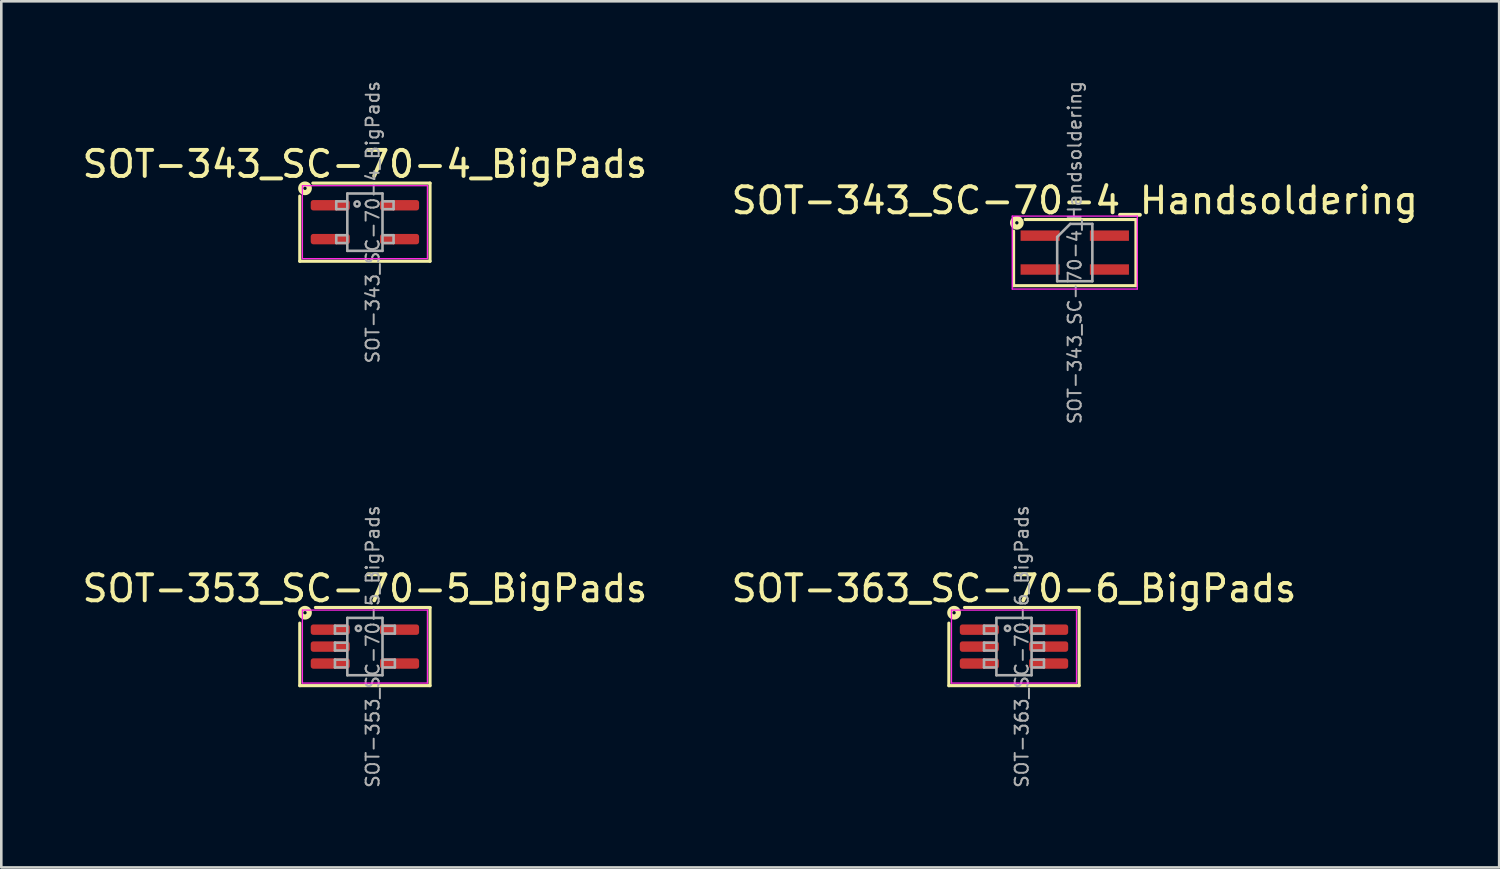
<source format=kicad_pcb>
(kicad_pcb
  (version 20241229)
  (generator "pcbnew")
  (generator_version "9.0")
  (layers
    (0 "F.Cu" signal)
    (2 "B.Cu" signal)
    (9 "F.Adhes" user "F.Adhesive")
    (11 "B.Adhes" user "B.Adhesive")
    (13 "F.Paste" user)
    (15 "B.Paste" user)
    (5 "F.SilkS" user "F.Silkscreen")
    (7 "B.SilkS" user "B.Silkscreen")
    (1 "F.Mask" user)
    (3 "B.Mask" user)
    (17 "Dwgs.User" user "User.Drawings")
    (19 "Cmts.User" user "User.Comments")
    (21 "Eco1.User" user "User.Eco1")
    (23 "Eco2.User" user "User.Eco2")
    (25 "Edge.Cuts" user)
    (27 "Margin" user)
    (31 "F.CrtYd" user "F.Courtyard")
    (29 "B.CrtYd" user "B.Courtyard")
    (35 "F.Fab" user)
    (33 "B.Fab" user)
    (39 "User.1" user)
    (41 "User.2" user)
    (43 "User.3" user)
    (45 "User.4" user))
  (footprint "SOT-343_SC-70-4_Handsoldering"
    (layer "F.Cu")
    (at 38.208 6.646)
    (property "Reference" "SOT-343_SC-70-4_Handsoldering" (at 0 -2 0) (layer "F.SilkS") (effects (font (size 1 1) (thickness 0.15))))
    (attr smd)
    (fp_line (start -2.349 -0.826) (end -2.349 1.27) (stroke (width 0.12) (type solid)) (layer "F.SilkS"))
    (fp_line (start -2.349 1.27) (end 2.349 1.27) (stroke (width 0.12) (type solid)) (layer "F.SilkS"))
    (fp_line (start 2.349 -1.27) (end -1.905 -1.27) (stroke (width 0.12) (type solid)) (layer "F.SilkS"))
    (fp_line (start 2.349 1.27) (end 2.349 -1.27) (stroke (width 0.12) (type solid)) (layer "F.SilkS"))
    (fp_circle (center -2.223 -1.143) (end -2.159 -1.143) (stroke (width 0.2) (type solid)) (fill no) (layer "F.SilkS"))
    (fp_line (start -2.4 -1.4) (end -2.4 1.4) (stroke (width 0.05) (type solid)) (layer "F.CrtYd"))
    (fp_line (start -2.4 -1.4) (end 2.4 -1.4) (stroke (width 0.05) (type solid)) (layer "F.CrtYd"))
    (fp_line (start -2.4 1.4) (end 2.4 1.4) (stroke (width 0.05) (type solid)) (layer "F.CrtYd"))
    (fp_line (start 2.4 1.4) (end 2.4 -1.4) (stroke (width 0.05) (type solid)) (layer "F.CrtYd"))
    (fp_line (start -0.675 -0.6) (end -0.675 1.1) (stroke (width 0.1) (type solid)) (layer "F.Fab"))
    (fp_line (start -0.175 -1.1) (end -0.675 -0.6) (stroke (width 0.1) (type solid)) (layer "F.Fab"))
    (fp_line (start 0.675 -1.1) (end -0.175 -1.1) (stroke (width 0.1) (type solid)) (layer "F.Fab"))
    (fp_line (start 0.675 -1.1) (end 0.675 1.1) (stroke (width 0.1) (type solid)) (layer "F.Fab"))
    (fp_line (start 0.675 1.1) (end -0.675 1.1) (stroke (width 0.1) (type solid)) (layer "F.Fab"))
    (fp_text user "${REFERENCE}" (at 0 0 90) (layer "F.Fab") (effects (font (size 0.5 0.5) (thickness 0.075))))
    (pad "1" smd rect (at -1.33 -0.65) (size 1.5 0.4) (layers "F.Cu" "F.Mask" "F.Paste"))
    (pad "2" smd rect (at -1.33 0.65) (size 1.5 0.4) (layers "F.Cu" "F.Mask" "F.Paste"))
    (pad "3" smd rect (at 1.33 0.65) (size 1.5 0.4) (layers "F.Cu" "F.Mask" "F.Paste"))
    (pad "4" smd rect (at 1.33 -0.65) (size 1.5 0.4) (layers "F.Cu" "F.Mask" "F.Paste")))
  (footprint "SOT-353_SC-70-5_BigPads"
    (layer "F.Cu")
    (at 10.958 21.771)
    (property "Reference" "SOT-353_SC-70-5_BigPads" (at 0 -2.23 0) (layer "F.SilkS") (effects (font (size 1 1) (thickness 0.15))))
    (attr smd)
    (fp_line (start -2.5 -0.9) (end -2.5 1.5) (stroke (width 0.12) (type solid)) (layer "F.SilkS"))
    (fp_line (start -2.5 1.5) (end 2.5 1.5) (stroke (width 0.12) (type solid)) (layer "F.SilkS"))
    (fp_line (start 2.5 -1.5) (end -1.9 -1.5) (stroke (width 0.12) (type solid)) (layer "F.SilkS"))
    (fp_line (start 2.5 1.5) (end 2.5 -1.5) (stroke (width 0.12) (type solid)) (layer "F.SilkS"))
    (fp_circle (center -2.3 -1.3) (end -2.236 -1.3) (stroke (width 0.2) (type solid)) (fill no) (layer "F.SilkS"))
    (fp_line (start -2.4 -1.4) (end -2.4 1.4) (stroke (width 0.05) (type solid)) (layer "F.CrtYd"))
    (fp_line (start -2.4 -1.4) (end 2.4 -1.4) (stroke (width 0.05) (type solid)) (layer "F.CrtYd"))
    (fp_line (start -2.4 1.4) (end 2.4 1.4) (stroke (width 0.05) (type solid)) (layer "F.CrtYd"))
    (fp_line (start 2.4 1.4) (end 2.4 -1.4) (stroke (width 0.05) (type solid)) (layer "F.CrtYd"))
    (fp_line (start -1.15 -0.8) (end -1.15 -0.5) (stroke (width 0.1) (type solid)) (layer "F.Fab"))
    (fp_line (start -1.15 -0.8) (end -0.7 -0.8) (stroke (width 0.1) (type solid)) (layer "F.Fab"))
    (fp_line (start -1.15 -0.5) (end -0.7 -0.5) (stroke (width 0.1) (type solid)) (layer "F.Fab"))
    (fp_line (start -1.15 -0.15) (end -1.15 0.15) (stroke (width 0.1) (type solid)) (layer "F.Fab"))
    (fp_line (start -1.15 -0.15) (end -0.7 -0.15) (stroke (width 0.1) (type solid)) (layer "F.Fab"))
    (fp_line (start -1.15 0.15) (end -0.7 0.15) (stroke (width 0.1) (type solid)) (layer "F.Fab"))
    (fp_line (start -1.15 0.5) (end -1.15 0.8) (stroke (width 0.1) (type solid)) (layer "F.Fab"))
    (fp_line (start -1.15 0.5) (end -0.7 0.5) (stroke (width 0.1) (type solid)) (layer "F.Fab"))
    (fp_line (start -1.15 0.8) (end -0.7 0.8) (stroke (width 0.1) (type solid)) (layer "F.Fab"))
    (fp_line (start -0.675 -1.1) (end -0.675 1.1) (stroke (width 0.1) (type solid)) (layer "F.Fab"))
    (fp_line (start 0.675 -1.1) (end -0.675 -1.1) (stroke (width 0.1) (type solid)) (layer "F.Fab"))
    (fp_line (start 0.675 -1.1) (end 0.675 1.1) (stroke (width 0.1) (type solid)) (layer "F.Fab"))
    (fp_line (start 0.675 1.1) (end -0.675 1.1) (stroke (width 0.1) (type solid)) (layer "F.Fab"))
    (fp_line (start 1.15 -0.8) (end 0.7 -0.8) (stroke (width 0.1) (type solid)) (layer "F.Fab"))
    (fp_line (start 1.15 -0.5) (end 0.7 -0.5) (stroke (width 0.1) (type solid)) (layer "F.Fab"))
    (fp_line (start 1.15 -0.5) (end 1.15 -0.8) (stroke (width 0.1) (type solid)) (layer "F.Fab"))
    (fp_line (start 1.15 0.5) (end 0.7 0.5) (stroke (width 0.1) (type solid)) (layer "F.Fab"))
    (fp_line (start 1.15 0.8) (end 0.7 0.8) (stroke (width 0.1) (type solid)) (layer "F.Fab"))
    (fp_line (start 1.15 0.8) (end 1.15 0.5) (stroke (width 0.1) (type solid)) (layer "F.Fab"))
    (fp_circle (center -0.25 -0.7) (end -0.15 -0.7) (stroke (width 0.1) (type solid)) (fill no) (layer "F.Fab"))
    (fp_text user "${REFERENCE}" (at 0.3 0 90) (layer "F.Fab") (effects (font (size 0.5 0.5) (thickness 0.075))))
    (pad "1" smd roundrect (at -1.33 -0.65) (size 1.5 0.4) (layers "F.Cu" "F.Mask" "F.Paste") (roundrect_rratio 0.25))
    (pad "2" smd roundrect (at -1.33 0) (size 1.5 0.4) (layers "F.Cu" "F.Mask" "F.Paste") (roundrect_rratio 0.25))
    (pad "3" smd roundrect (at -1.33 0.65) (size 1.5 0.4) (layers "F.Cu" "F.Mask" "F.Paste") (roundrect_rratio 0.25))
    (pad "4" smd roundrect (at 1.33 0.65) (size 1.5 0.4) (layers "F.Cu" "F.Mask" "F.Paste") (roundrect_rratio 0.25))
    (pad "5" smd roundrect (at 1.33 -0.65) (size 1.5 0.4) (layers "F.Cu" "F.Mask" "F.Paste") (roundrect_rratio 0.25)))
  (footprint "SOT-343_SC-70-4_BigPads"
    (layer "F.Cu")
    (at 10.958 5.479)
    (property "Reference" "SOT-343_SC-70-4_BigPads" (at 0 -2.23 0) (layer "F.SilkS") (effects (font (size 1 1) (thickness 0.15))))
    (attr smd)
    (fp_line (start -2.5 -1) (end -2.5 1.5) (stroke (width 0.12) (type solid)) (layer "F.SilkS"))
    (fp_line (start -2.5 1.5) (end 2.5 1.5) (stroke (width 0.12) (type solid)) (layer "F.SilkS"))
    (fp_line (start 2.5 -1.5) (end -2 -1.5) (stroke (width 0.12) (type solid)) (layer "F.SilkS"))
    (fp_line (start 2.5 1.5) (end 2.5 -1.5) (stroke (width 0.12) (type solid)) (layer "F.SilkS"))
    (fp_circle (center -2.3 -1.3) (end -2.236 -1.3) (stroke (width 0.2) (type solid)) (fill no) (layer "F.SilkS"))
    (fp_line (start -2.4 -1.4) (end -2.4 1.4) (stroke (width 0.05) (type solid)) (layer "F.CrtYd"))
    (fp_line (start -2.4 -1.4) (end 2.4 -1.4) (stroke (width 0.05) (type solid)) (layer "F.CrtYd"))
    (fp_line (start -2.4 1.4) (end 2.4 1.4) (stroke (width 0.05) (type solid)) (layer "F.CrtYd"))
    (fp_line (start 2.4 1.4) (end 2.4 -1.4) (stroke (width 0.05) (type solid)) (layer "F.CrtYd"))
    (fp_line (start -1.1 -0.8) (end -1.1 -0.5) (stroke (width 0.1) (type solid)) (layer "F.Fab"))
    (fp_line (start -1.1 -0.5) (end -0.7 -0.5) (stroke (width 0.1) (type solid)) (layer "F.Fab"))
    (fp_line (start -1.1 0.5) (end -1.1 0.8) (stroke (width 0.1) (type solid)) (layer "F.Fab"))
    (fp_line (start -1.1 0.8) (end -0.7 0.8) (stroke (width 0.1) (type solid)) (layer "F.Fab"))
    (fp_line (start -0.7 -0.8) (end -1.1 -0.8) (stroke (width 0.1) (type solid)) (layer "F.Fab"))
    (fp_line (start -0.7 0.5) (end -1.1 0.5) (stroke (width 0.1) (type solid)) (layer "F.Fab"))
    (fp_line (start -0.675 -1.1) (end -0.675 1.1) (stroke (width 0.1) (type solid)) (layer "F.Fab"))
    (fp_line (start 0.675 -1.1) (end -0.675 -1.1) (stroke (width 0.1) (type solid)) (layer "F.Fab"))
    (fp_line (start 0.675 -1.1) (end 0.675 1.1) (stroke (width 0.1) (type solid)) (layer "F.Fab"))
    (fp_line (start 0.675 1.1) (end -0.675 1.1) (stroke (width 0.1) (type solid)) (layer "F.Fab"))
    (fp_line (start 0.7 -0.5) (end 1.1 -0.5) (stroke (width 0.1) (type solid)) (layer "F.Fab"))
    (fp_line (start 0.7 0.8) (end 1.1 0.8) (stroke (width 0.1) (type solid)) (layer "F.Fab"))
    (fp_line (start 1.1 -0.8) (end 0.7 -0.8) (stroke (width 0.1) (type solid)) (layer "F.Fab"))
    (fp_line (start 1.1 -0.5) (end 1.1 -0.8) (stroke (width 0.1) (type solid)) (layer "F.Fab"))
    (fp_line (start 1.1 0.5) (end 0.7 0.5) (stroke (width 0.1) (type solid)) (layer "F.Fab"))
    (fp_line (start 1.1 0.8) (end 1.1 0.5) (stroke (width 0.1) (type solid)) (layer "F.Fab"))
    (fp_circle (center -0.3 -0.7) (end -0.2 -0.7) (stroke (width 0.1) (type solid)) (fill no) (layer "F.Fab"))
    (fp_text user "${REFERENCE}" (at 0.3 0 90) (layer "F.Fab") (effects (font (size 0.5 0.5) (thickness 0.075))))
    (pad "1" smd roundrect (at -1.33 -0.65) (size 1.5 0.4) (layers "F.Cu" "F.Mask" "F.Paste") (roundrect_rratio 0.25))
    (pad "2" smd roundrect (at -1.33 0.65) (size 1.5 0.4) (layers "F.Cu" "F.Mask" "F.Paste") (roundrect_rratio 0.25))
    (pad "3" smd roundrect (at 1.33 0.65) (size 1.5 0.4) (layers "F.Cu" "F.Mask" "F.Paste") (roundrect_rratio 0.25))
    (pad "4" smd roundrect (at 1.33 -0.65) (size 1.5 0.4) (layers "F.Cu" "F.Mask" "F.Paste") (roundrect_rratio 0.25)))
  (footprint "SOT-363_SC-70-6_BigPads"
    (layer "F.Cu")
    (at 35.875 21.771)
    (property "Reference" "SOT-363_SC-70-6_BigPads" (at 0 -2.23 0) (layer "F.SilkS") (effects (font (size 1 1) (thickness 0.15))))
    (attr smd)
    (fp_line (start -2.5 -0.9) (end -2.5 1.5) (stroke (width 0.12) (type solid)) (layer "F.SilkS"))
    (fp_line (start -2.5 1.5) (end 2.5 1.5) (stroke (width 0.12) (type solid)) (layer "F.SilkS"))
    (fp_line (start 2.5 -1.5) (end -1.9 -1.5) (stroke (width 0.12) (type solid)) (layer "F.SilkS"))
    (fp_line (start 2.5 1.5) (end 2.5 -1.5) (stroke (width 0.12) (type solid)) (layer "F.SilkS"))
    (fp_circle (center -2.3 -1.3) (end -2.236 -1.3) (stroke (width 0.2) (type solid)) (fill no) (layer "F.SilkS"))
    (fp_line (start -2.4 -1.4) (end -2.4 1.4) (stroke (width 0.05) (type solid)) (layer "F.CrtYd"))
    (fp_line (start -2.4 -1.4) (end 2.4 -1.4) (stroke (width 0.05) (type solid)) (layer "F.CrtYd"))
    (fp_line (start -2.4 1.4) (end 2.4 1.4) (stroke (width 0.05) (type solid)) (layer "F.CrtYd"))
    (fp_line (start 2.4 1.4) (end 2.4 -1.4) (stroke (width 0.05) (type solid)) (layer "F.CrtYd"))
    (fp_line (start -1.15 -0.8) (end -1.15 -0.5) (stroke (width 0.1) (type solid)) (layer "F.Fab"))
    (fp_line (start -1.15 -0.8) (end -0.7 -0.8) (stroke (width 0.1) (type solid)) (layer "F.Fab"))
    (fp_line (start -1.15 -0.5) (end -0.7 -0.5) (stroke (width 0.1) (type solid)) (layer "F.Fab"))
    (fp_line (start -1.15 -0.15) (end -1.15 0.15) (stroke (width 0.1) (type solid)) (layer "F.Fab"))
    (fp_line (start -1.15 -0.15) (end -0.7 -0.15) (stroke (width 0.1) (type solid)) (layer "F.Fab"))
    (fp_line (start -1.15 0.15) (end -0.7 0.15) (stroke (width 0.1) (type solid)) (layer "F.Fab"))
    (fp_line (start -1.15 0.5) (end -1.15 0.8) (stroke (width 0.1) (type solid)) (layer "F.Fab"))
    (fp_line (start -1.15 0.5) (end -0.7 0.5) (stroke (width 0.1) (type solid)) (layer "F.Fab"))
    (fp_line (start -1.15 0.8) (end -0.7 0.8) (stroke (width 0.1) (type solid)) (layer "F.Fab"))
    (fp_line (start -0.675 -1.1) (end -0.675 1.1) (stroke (width 0.1) (type solid)) (layer "F.Fab"))
    (fp_line (start 0.675 -1.1) (end -0.675 -1.1) (stroke (width 0.1) (type solid)) (layer "F.Fab"))
    (fp_line (start 0.675 -1.1) (end 0.675 1.1) (stroke (width 0.1) (type solid)) (layer "F.Fab"))
    (fp_line (start 0.675 1.1) (end -0.675 1.1) (stroke (width 0.1) (type solid)) (layer "F.Fab"))
    (fp_line (start 1.15 -0.8) (end 0.7 -0.8) (stroke (width 0.1) (type solid)) (layer "F.Fab"))
    (fp_line (start 1.15 -0.5) (end 0.7 -0.5) (stroke (width 0.1) (type solid)) (layer "F.Fab"))
    (fp_line (start 1.15 -0.5) (end 1.15 -0.8) (stroke (width 0.1) (type solid)) (layer "F.Fab"))
    (fp_line (start 1.15 -0.15) (end 0.7 -0.15) (stroke (width 0.1) (type solid)) (layer "F.Fab"))
    (fp_line (start 1.15 0.15) (end 0.7 0.15) (stroke (width 0.1) (type solid)) (layer "F.Fab"))
    (fp_line (start 1.15 0.15) (end 1.15 -0.15) (stroke (width 0.1) (type solid)) (layer "F.Fab"))
    (fp_line (start 1.15 0.5) (end 0.7 0.5) (stroke (width 0.1) (type solid)) (layer "F.Fab"))
    (fp_line (start 1.15 0.8) (end 0.7 0.8) (stroke (width 0.1) (type solid)) (layer "F.Fab"))
    (fp_line (start 1.15 0.8) (end 1.15 0.5) (stroke (width 0.1) (type solid)) (layer "F.Fab"))
    (fp_circle (center -0.25 -0.7) (end -0.15 -0.7) (stroke (width 0.1) (type solid)) (fill no) (layer "F.Fab"))
    (fp_text user "${REFERENCE}" (at 0.3 0 90) (layer "F.Fab") (effects (font (size 0.5 0.5) (thickness 0.075))))
    (pad "1" smd roundrect (at -1.33 -0.65) (size 1.5 0.4) (layers "F.Cu" "F.Mask" "F.Paste") (roundrect_rratio 0.25))
    (pad "2" smd roundrect (at -1.33 0) (size 1.5 0.4) (layers "F.Cu" "F.Mask" "F.Paste") (roundrect_rratio 0.25))
    (pad "3" smd roundrect (at -1.33 0.65) (size 1.5 0.4) (layers "F.Cu" "F.Mask" "F.Paste") (roundrect_rratio 0.25))
    (pad "4" smd roundrect (at 1.33 0.65) (size 1.5 0.4) (layers "F.Cu" "F.Mask" "F.Paste") (roundrect_rratio 0.25))
    (pad "5" smd roundrect (at 1.33 0) (size 1.5 0.4) (layers "F.Cu" "F.Mask" "F.Paste") (roundrect_rratio 0.25))
    (pad "6" smd roundrect (at 1.33 -0.65) (size 1.5 0.4) (layers "F.Cu" "F.Mask" "F.Paste") (roundrect_rratio 0.25)))
  (gr_rect
    (start -3 -3)
    (end 54.5 30.25)
    (stroke (width 0.1) (type default))
    (fill no)
    (layer "Edge.Cuts")))
</source>
